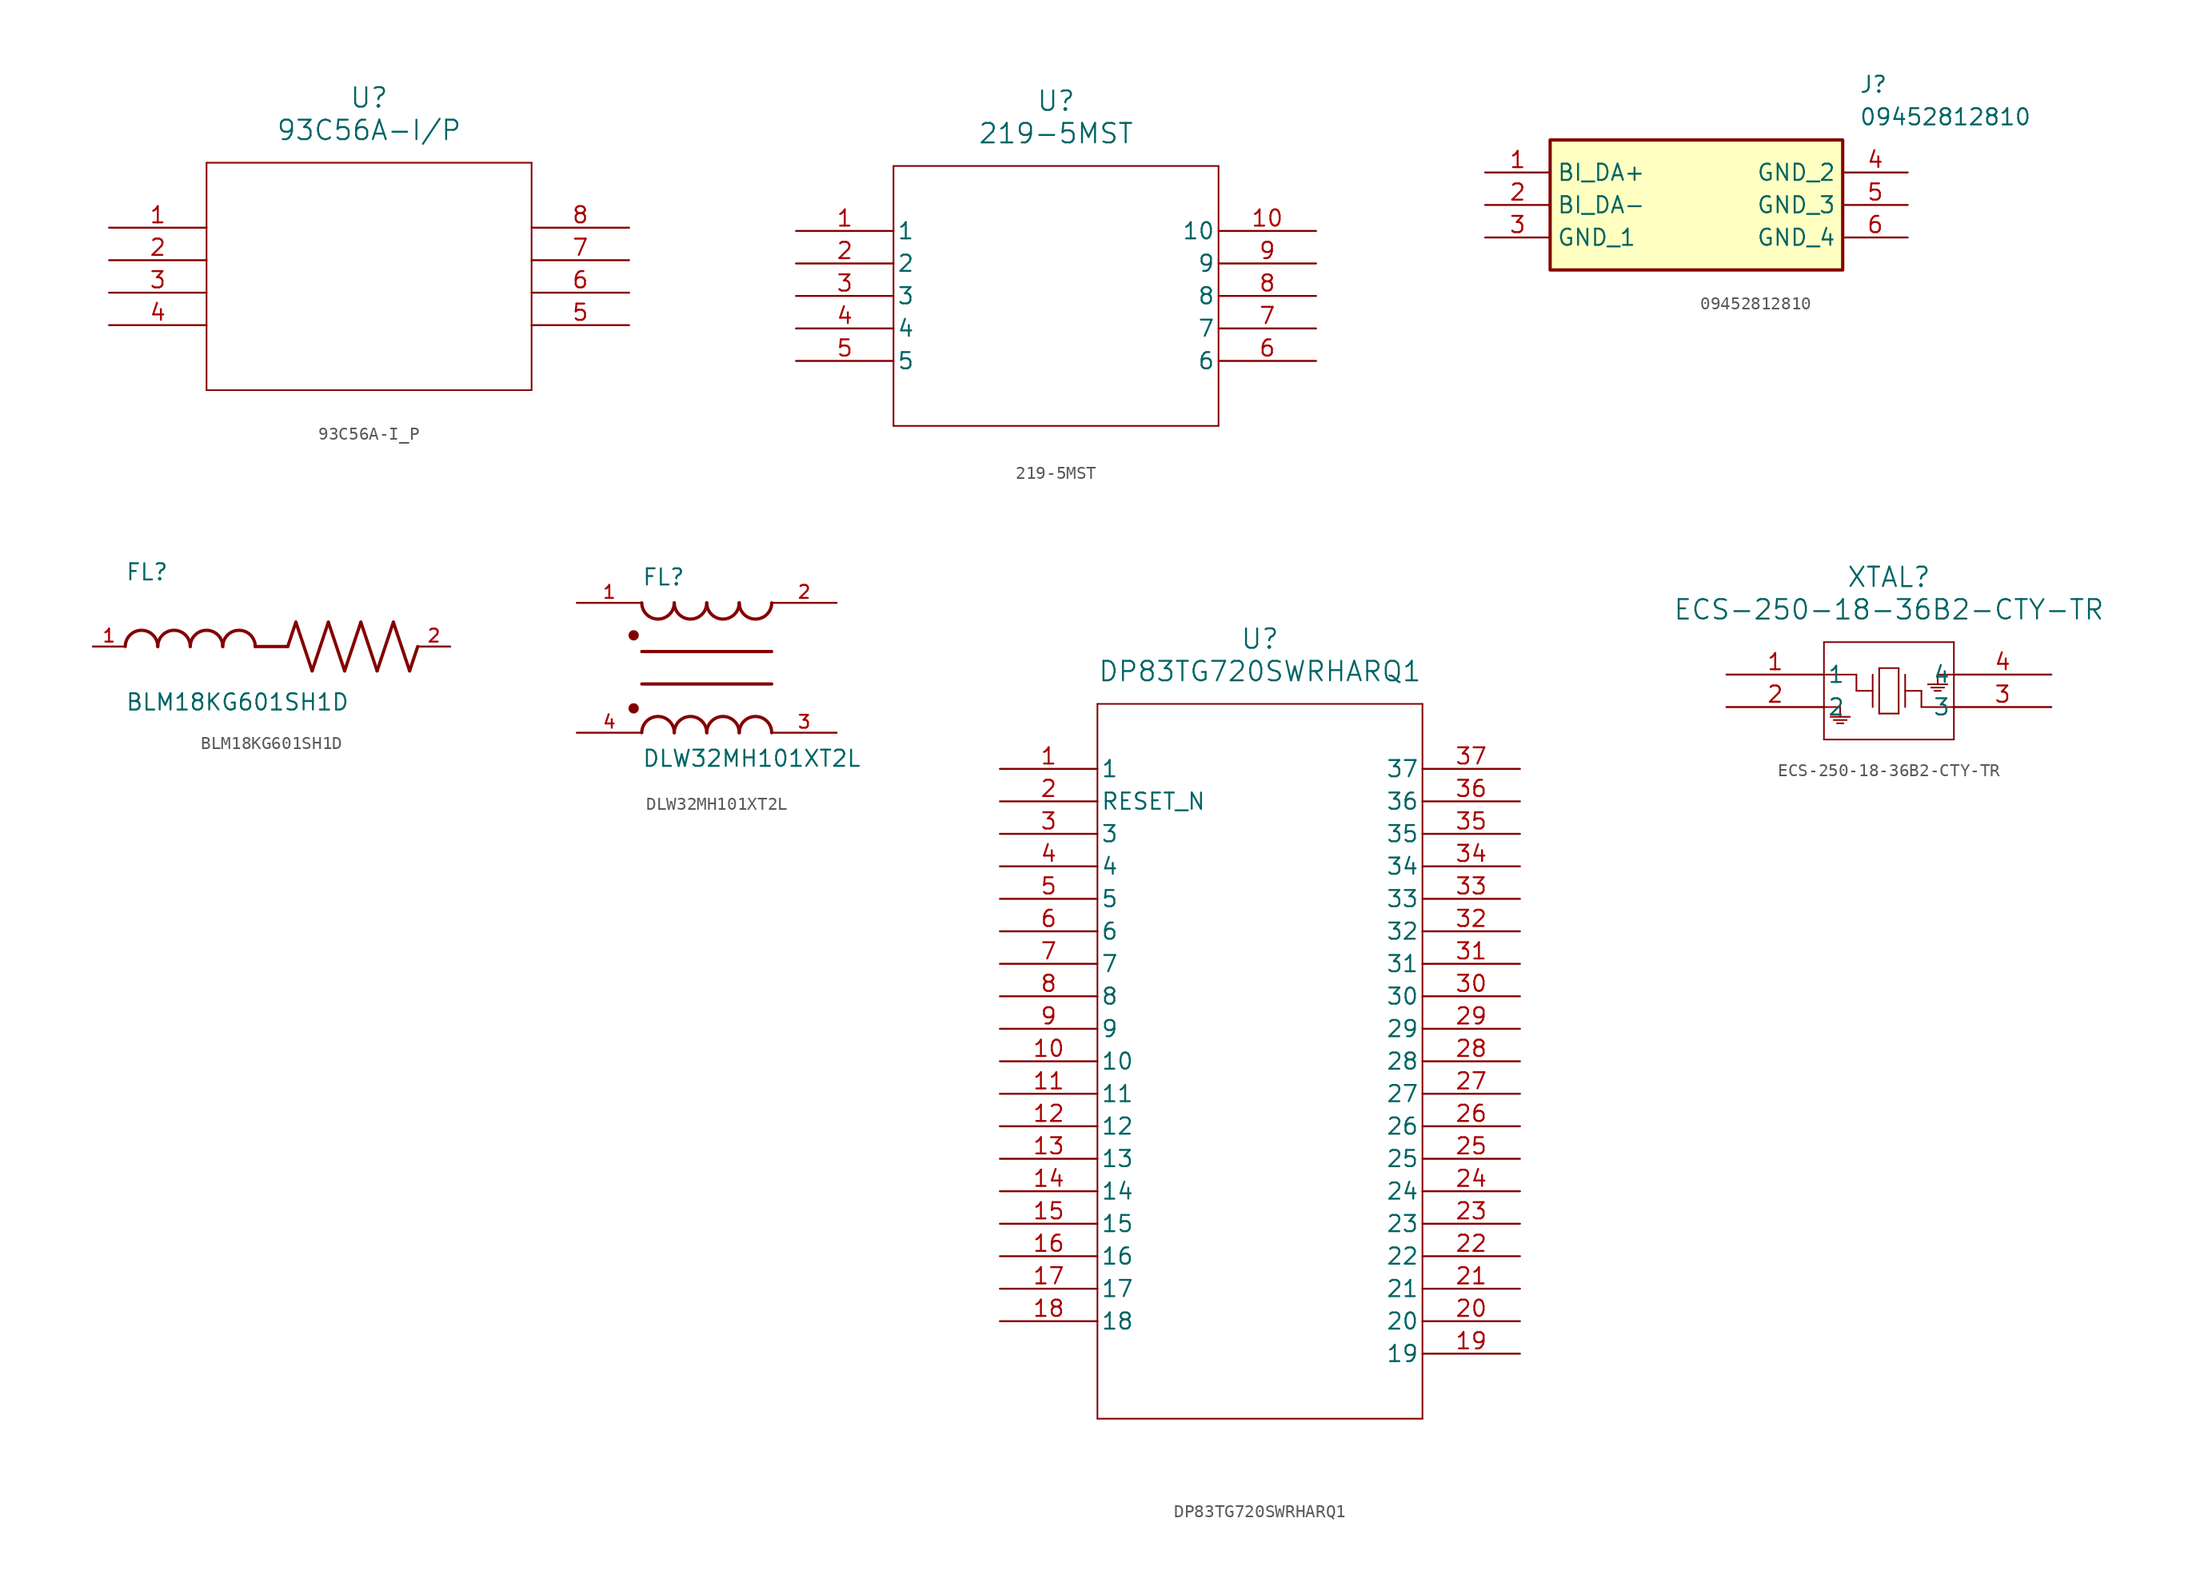
<source format=kicad_sym>
(kicad_symbol_lib
  (version 20231120)
  (generator "kicad_symbol_editor")
  (generator_version "8.0")
  (symbol "93C56A-I_P"
    (pin_names
      (offset 0.254))
    (property "Reference" "U"
      (at 20.32 10.16 0)
      (effects (font (size 1.524 1.524))))
    (property "Value" "93C56A-I/P"
      (at 20.32 7.62 0)
      (effects (font (size 1.524 1.524))))
    (property "ki_locked" ""
      (at 0 0 0)
      (effects (font (size 1.27 1.27))))
    (symbol "93C56A-I_P_0_1"
      (polyline (pts (xy 7.62 -12.7) (xy 33.02 -12.7)) (stroke (width 0.127) (type default)) (fill (type none)))
      (polyline (pts (xy 7.62 5.08) (xy 7.62 -12.7)) (stroke (width 0.127) (type default)) (fill (type none)))
      (polyline (pts (xy 33.02 -12.7) (xy 33.02 5.08)) (stroke (width 0.127) (type default)) (fill (type none)))
      (polyline (pts (xy 33.02 5.08) (xy 7.62 5.08)) (stroke (width 0.127) (type default)) (fill (type none)))
      (pin unspecified line (at 0 0 0) (length 7.62) (name "" (effects (font (size 1.27 1.27)))) (number "1" (effects (font (size 1.27 1.27)))))
      (pin unspecified line (at 0 -2.54 0) (length 7.62) (name "" (effects (font (size 1.27 1.27)))) (number "2" (effects (font (size 1.27 1.27)))))
      (pin unspecified line (at 0 -5.08 0) (length 7.62) (name "" (effects (font (size 1.27 1.27)))) (number "3" (effects (font (size 1.27 1.27)))))
      (pin unspecified line (at 0 -7.62 0) (length 7.62) (name "" (effects (font (size 1.27 1.27)))) (number "4" (effects (font (size 1.27 1.27)))))
      (pin unspecified line (at 40.64 -7.62 180) (length 7.62) (name "" (effects (font (size 1.27 1.27)))) (number "5" (effects (font (size 1.27 1.27)))))
      (pin unspecified line (at 40.64 -5.08 180) (length 7.62) (name "" (effects (font (size 1.27 1.27)))) (number "6" (effects (font (size 1.27 1.27)))))
      (pin unspecified line (at 40.64 -2.54 180) (length 7.62) (name "" (effects (font (size 1.27 1.27)))) (number "7" (effects (font (size 1.27 1.27)))))
      (pin unspecified line (at 40.64 0 180) (length 7.62) (name "" (effects (font (size 1.27 1.27)))) (number "8" (effects (font (size 1.27 1.27)))))))
  (symbol "219-5MST"
    (pin_names
      (offset 0.254))
    (property "Reference" "U"
      (at 20.32 10.16 0)
      (effects (font (size 1.524 1.524))))
    (property "Value" "219-5MST"
      (at 20.32 7.62 0)
      (effects (font (size 1.524 1.524))))
    (property "ki_locked" ""
      (at 0 0 0)
      (effects (font (size 1.27 1.27))))
    (symbol "219-5MST_0_1"
      (polyline (pts (xy 7.62 -15.24) (xy 33.02 -15.24)) (stroke (width 0.127) (type default)) (fill (type none)))
      (polyline (pts (xy 7.62 5.08) (xy 7.62 -15.24)) (stroke (width 0.127) (type default)) (fill (type none)))
      (polyline (pts (xy 33.02 -15.24) (xy 33.02 5.08)) (stroke (width 0.127) (type default)) (fill (type none)))
      (polyline (pts (xy 33.02 5.08) (xy 7.62 5.08)) (stroke (width 0.127) (type default)) (fill (type none)))
      (pin unspecified line (at 0 0 0) (length 7.62) (name "1" (effects (font (size 1.27 1.27)))) (number "1" (effects (font (size 1.27 1.27)))))
      (pin unspecified line (at 40.64 0 180) (length 7.62) (name "10" (effects (font (size 1.27 1.27)))) (number "10" (effects (font (size 1.27 1.27)))))
      (pin unspecified line (at 0 -2.54 0) (length 7.62) (name "2" (effects (font (size 1.27 1.27)))) (number "2" (effects (font (size 1.27 1.27)))))
      (pin unspecified line (at 0 -5.08 0) (length 7.62) (name "3" (effects (font (size 1.27 1.27)))) (number "3" (effects (font (size 1.27 1.27)))))
      (pin unspecified line (at 0 -7.62 0) (length 7.62) (name "4" (effects (font (size 1.27 1.27)))) (number "4" (effects (font (size 1.27 1.27)))))
      (pin unspecified line (at 0 -10.16 0) (length 7.62) (name "5" (effects (font (size 1.27 1.27)))) (number "5" (effects (font (size 1.27 1.27)))))
      (pin unspecified line (at 40.64 -10.16 180) (length 7.62) (name "6" (effects (font (size 1.27 1.27)))) (number "6" (effects (font (size 1.27 1.27)))))
      (pin unspecified line (at 40.64 -7.62 180) (length 7.62) (name "7" (effects (font (size 1.27 1.27)))) (number "7" (effects (font (size 1.27 1.27)))))
      (pin unspecified line (at 40.64 -5.08 180) (length 7.62) (name "8" (effects (font (size 1.27 1.27)))) (number "8" (effects (font (size 1.27 1.27)))))
      (pin unspecified line (at 40.64 -2.54 180) (length 7.62) (name "9" (effects (font (size 1.27 1.27)))) (number "9" (effects (font (size 1.27 1.27)))))))
  (symbol "09452812810"
    (property "Reference" "J"
      (at 29.21 7.62 0)
      (effects (font (size 1.27 1.27)) (justify left top)))
    (property "Value" "09452812810"
      (at 29.21 5.08 0)
      (effects (font (size 1.27 1.27)) (justify left top)))
    (symbol "09452812810_1_1"
      (rectangle (start 5.08 2.54) (end 27.94 -7.62) (stroke (width 0.254) (type default)) (fill (type background)))
      (pin passive line (at 0 0 0) (length 5.08) (name "BI_DA+" (effects (font (size 1.27 1.27)))) (number "1" (effects (font (size 1.27 1.27)))))
      (pin passive line (at 0 -2.54 0) (length 5.08) (name "BI_DA-" (effects (font (size 1.27 1.27)))) (number "2" (effects (font (size 1.27 1.27)))))
      (pin passive line (at 0 -5.08 0) (length 5.08) (name "GND_1" (effects (font (size 1.27 1.27)))) (number "3" (effects (font (size 1.27 1.27)))))
      (pin passive line (at 33.02 0 180) (length 5.08) (name "GND_2" (effects (font (size 1.27 1.27)))) (number "4" (effects (font (size 1.27 1.27)))))
      (pin passive line (at 33.02 -2.54 180) (length 5.08) (name "GND_3" (effects (font (size 1.27 1.27)))) (number "5" (effects (font (size 1.27 1.27)))))
      (pin passive line (at 33.02 -5.08 180) (length 5.08) (name "GND_4" (effects (font (size 1.27 1.27)))) (number "6" (effects (font (size 1.27 1.27)))))))
  (symbol "BLM18KG601SH1D"
    (pin_names
      (offset 1.016))
    (property "Reference" "FL"
      (at -12.704 5.082 0)
      (effects (font (size 1.27 1.27)) (justify left bottom)))
    (property "Value" "BLM18KG601SH1D"
      (at -12.71 -5.087 0)
      (effects (font (size 1.27 1.27)) (justify left bottom)))
    (symbol "BLM18KG601SH1D_0_0"
      (arc (start -10.16 0) (mid -11.43 1.2645) (end -12.7 0) (stroke (width 0.254) (type default)) (fill (type none)))
      (arc (start -7.62 0) (mid -8.89 1.2645) (end -10.16 0) (stroke (width 0.254) (type default)) (fill (type none)))
      (arc (start -5.08 0) (mid -6.35 1.2645) (end -7.62 0) (stroke (width 0.254) (type default)) (fill (type none)))
      (arc (start -2.54 0) (mid -3.81 1.2645) (end -5.08 0) (stroke (width 0.254) (type default)) (fill (type none)))
      (polyline (pts (xy 0 0) (xy -2.54 0)) (stroke (width 0.254) (type default)) (fill (type none)))
      (polyline (pts (xy 0 0) (xy 0.635 1.905)) (stroke (width 0.254) (type default)) (fill (type none)))
      (polyline (pts (xy 0.635 1.905) (xy 1.905 -1.905)) (stroke (width 0.254) (type default)) (fill (type none)))
      (polyline (pts (xy 1.905 -1.905) (xy 3.175 1.905)) (stroke (width 0.254) (type default)) (fill (type none)))
      (polyline (pts (xy 3.175 1.905) (xy 4.445 -1.905)) (stroke (width 0.254) (type default)) (fill (type none)))
      (polyline (pts (xy 4.445 -1.905) (xy 5.715 1.905)) (stroke (width 0.254) (type default)) (fill (type none)))
      (polyline (pts (xy 5.715 1.905) (xy 6.985 -1.905)) (stroke (width 0.254) (type default)) (fill (type none)))
      (polyline (pts (xy 6.985 -1.905) (xy 8.255 1.905)) (stroke (width 0.254) (type default)) (fill (type none)))
      (polyline (pts (xy 8.255 1.905) (xy 9.525 -1.905)) (stroke (width 0.254) (type default)) (fill (type none)))
      (polyline (pts (xy 9.525 -1.905) (xy 10.16 0)) (stroke (width 0.254) (type default)) (fill (type none)))
      (pin passive line (at -15.24 0 0) (length 2.54) (name "~" (effects (font (size 1.016 1.016)))) (number "1" (effects (font (size 1.016 1.016)))))
      (pin passive line (at 12.7 0 180) (length 2.54) (name "~" (effects (font (size 1.016 1.016)))) (number "2" (effects (font (size 1.016 1.016)))))))
  (symbol "DLW32MH101XT2L"
    (pin_names
      (offset 1.016))
    (property "Reference" "FL"
      (at -5.08 6.35 0)
      (effects (font (size 1.27 1.27)) (justify left bottom)))
    (property "Value" "DLW32MH101XT2L"
      (at -5.08 -6.35 0)
      (effects (font (size 1.27 1.27)) (justify left top)))
    (symbol "DLW32MH101XT2L_0_0"
      (circle (center -5.715 -3.175) (radius 0.203) (stroke (width 0.406) (type default)) (fill (type none)))
      (circle (center -5.715 2.54) (radius 0.203) (stroke (width 0.406) (type default)) (fill (type none)))
      (arc (start -5.08 5.08) (mid -3.81 3.8155) (end -2.54 5.08) (stroke (width 0.254) (type default)) (fill (type none)))
      (arc (start -2.54 -5.08) (mid -3.81 -3.8155) (end -5.08 -5.08) (stroke (width 0.254) (type default)) (fill (type none)))
      (arc (start -2.54 5.08) (mid -1.27 3.8155) (end 0 5.08) (stroke (width 0.254) (type default)) (fill (type none)))
      (arc (start 0 -5.08) (mid -1.27 -3.8155) (end -2.54 -5.08) (stroke (width 0.254) (type default)) (fill (type none)))
      (polyline (pts (xy -5.08 -1.27) (xy 5.08 -1.27)) (stroke (width 0.254) (type default)) (fill (type none)))
      (polyline (pts (xy 5.08 1.27) (xy -5.08 1.27)) (stroke (width 0.254) (type default)) (fill (type none)))
      (arc (start 0 5.08) (mid 1.27 3.8155) (end 2.54 5.08) (stroke (width 0.254) (type default)) (fill (type none)))
      (arc (start 2.54 -5.08) (mid 1.27 -3.8155) (end 0 -5.08) (stroke (width 0.254) (type default)) (fill (type none)))
      (arc (start 2.54 5.08) (mid 3.81 3.8155) (end 5.08 5.08) (stroke (width 0.254) (type default)) (fill (type none)))
      (arc (start 5.08 -5.08) (mid 3.81 -3.8155) (end 2.54 -5.08) (stroke (width 0.254) (type default)) (fill (type none)))
      (pin passive line (at -10.16 5.08 0) (length 5.08) (name "~" (effects (font (size 1.016 1.016)))) (number "1" (effects (font (size 1.016 1.016)))))
      (pin passive line (at 10.16 5.08 180) (length 5.08) (name "~" (effects (font (size 1.016 1.016)))) (number "2" (effects (font (size 1.016 1.016)))))
      (pin passive line (at 10.16 -5.08 180) (length 5.08) (name "~" (effects (font (size 1.016 1.016)))) (number "3" (effects (font (size 1.016 1.016)))))
      (pin passive line (at -10.16 -5.08 0) (length 5.08) (name "~" (effects (font (size 1.016 1.016)))) (number "4" (effects (font (size 1.016 1.016)))))))
  (symbol "DP83TG720SWRHARQ1"
    (pin_names
      (offset 0.254))
    (property "Reference" "U"
      (at 20.32 10.16 0)
      (effects (font (size 1.524 1.524))))
    (property "Value" "DP83TG720SWRHARQ1"
      (at 20.32 7.62 0)
      (effects (font (size 1.524 1.524))))
    (property "ki_locked" ""
      (at 0 0 0)
      (effects (font (size 1.27 1.27))))
    (symbol "DP83TG720SWRHARQ1_0_1"
      (polyline (pts (xy 7.62 -50.8) (xy 33.02 -50.8)) (stroke (width 0.127) (type default)) (fill (type none)))
      (polyline (pts (xy 7.62 5.08) (xy 7.62 -50.8)) (stroke (width 0.127) (type default)) (fill (type none)))
      (polyline (pts (xy 33.02 -50.8) (xy 33.02 5.08)) (stroke (width 0.127) (type default)) (fill (type none)))
      (polyline (pts (xy 33.02 5.08) (xy 7.62 5.08)) (stroke (width 0.127) (type default)) (fill (type none)))
      (pin unspecified line (at 0 0 0) (length 7.62) (name "1" (effects (font (size 1.27 1.27)))) (number "1" (effects (font (size 1.27 1.27)))))
      (pin unspecified line (at 0 -22.86 0) (length 7.62) (name "10" (effects (font (size 1.27 1.27)))) (number "10" (effects (font (size 1.27 1.27)))))
      (pin unspecified line (at 0 -25.4 0) (length 7.62) (name "11" (effects (font (size 1.27 1.27)))) (number "11" (effects (font (size 1.27 1.27)))))
      (pin unspecified line (at 0 -27.94 0) (length 7.62) (name "12" (effects (font (size 1.27 1.27)))) (number "12" (effects (font (size 1.27 1.27)))))
      (pin unspecified line (at 0 -30.48 0) (length 7.62) (name "13" (effects (font (size 1.27 1.27)))) (number "13" (effects (font (size 1.27 1.27)))))
      (pin unspecified line (at 0 -33.02 0) (length 7.62) (name "14" (effects (font (size 1.27 1.27)))) (number "14" (effects (font (size 1.27 1.27)))))
      (pin unspecified line (at 0 -35.56 0) (length 7.62) (name "15" (effects (font (size 1.27 1.27)))) (number "15" (effects (font (size 1.27 1.27)))))
      (pin unspecified line (at 0 -38.1 0) (length 7.62) (name "16" (effects (font (size 1.27 1.27)))) (number "16" (effects (font (size 1.27 1.27)))))
      (pin unspecified line (at 0 -40.64 0) (length 7.62) (name "17" (effects (font (size 1.27 1.27)))) (number "17" (effects (font (size 1.27 1.27)))))
      (pin unspecified line (at 0 -43.18 0) (length 7.62) (name "18" (effects (font (size 1.27 1.27)))) (number "18" (effects (font (size 1.27 1.27)))))
      (pin unspecified line (at 40.64 -45.72 180) (length 7.62) (name "19" (effects (font (size 1.27 1.27)))) (number "19" (effects (font (size 1.27 1.27)))))
      (pin unspecified line (at 40.64 -43.18 180) (length 7.62) (name "20" (effects (font (size 1.27 1.27)))) (number "20" (effects (font (size 1.27 1.27)))))
      (pin unspecified line (at 40.64 -40.64 180) (length 7.62) (name "21" (effects (font (size 1.27 1.27)))) (number "21" (effects (font (size 1.27 1.27)))))
      (pin unspecified line (at 40.64 -38.1 180) (length 7.62) (name "22" (effects (font (size 1.27 1.27)))) (number "22" (effects (font (size 1.27 1.27)))))
      (pin unspecified line (at 40.64 -35.56 180) (length 7.62) (name "23" (effects (font (size 1.27 1.27)))) (number "23" (effects (font (size 1.27 1.27)))))
      (pin unspecified line (at 40.64 -33.02 180) (length 7.62) (name "24" (effects (font (size 1.27 1.27)))) (number "24" (effects (font (size 1.27 1.27)))))
      (pin unspecified line (at 40.64 -30.48 180) (length 7.62) (name "25" (effects (font (size 1.27 1.27)))) (number "25" (effects (font (size 1.27 1.27)))))
      (pin unspecified line (at 40.64 -27.94 180) (length 7.62) (name "26" (effects (font (size 1.27 1.27)))) (number "26" (effects (font (size 1.27 1.27)))))
      (pin unspecified line (at 40.64 -25.4 180) (length 7.62) (name "27" (effects (font (size 1.27 1.27)))) (number "27" (effects (font (size 1.27 1.27)))))
      (pin unspecified line (at 40.64 -22.86 180) (length 7.62) (name "28" (effects (font (size 1.27 1.27)))) (number "28" (effects (font (size 1.27 1.27)))))
      (pin unspecified line (at 40.64 -20.32 180) (length 7.62) (name "29" (effects (font (size 1.27 1.27)))) (number "29" (effects (font (size 1.27 1.27)))))
      (pin unspecified line (at 0 -5.08 0) (length 7.62) (name "3" (effects (font (size 1.27 1.27)))) (number "3" (effects (font (size 1.27 1.27)))))
      (pin unspecified line (at 40.64 -17.78 180) (length 7.62) (name "30" (effects (font (size 1.27 1.27)))) (number "30" (effects (font (size 1.27 1.27)))))
      (pin unspecified line (at 40.64 -15.24 180) (length 7.62) (name "31" (effects (font (size 1.27 1.27)))) (number "31" (effects (font (size 1.27 1.27)))))
      (pin unspecified line (at 40.64 -12.7 180) (length 7.62) (name "32" (effects (font (size 1.27 1.27)))) (number "32" (effects (font (size 1.27 1.27)))))
      (pin unspecified line (at 40.64 -10.16 180) (length 7.62) (name "33" (effects (font (size 1.27 1.27)))) (number "33" (effects (font (size 1.27 1.27)))))
      (pin unspecified line (at 40.64 -7.62 180) (length 7.62) (name "34" (effects (font (size 1.27 1.27)))) (number "34" (effects (font (size 1.27 1.27)))))
      (pin unspecified line (at 40.64 -5.08 180) (length 7.62) (name "35" (effects (font (size 1.27 1.27)))) (number "35" (effects (font (size 1.27 1.27)))))
      (pin unspecified line (at 40.64 -2.54 180) (length 7.62) (name "36" (effects (font (size 1.27 1.27)))) (number "36" (effects (font (size 1.27 1.27)))))
      (pin unspecified line (at 40.64 0 180) (length 7.62) (name "37" (effects (font (size 1.27 1.27)))) (number "37" (effects (font (size 1.27 1.27)))))
      (pin unspecified line (at 0 -7.62 0) (length 7.62) (name "4" (effects (font (size 1.27 1.27)))) (number "4" (effects (font (size 1.27 1.27)))))
      (pin unspecified line (at 0 -10.16 0) (length 7.62) (name "5" (effects (font (size 1.27 1.27)))) (number "5" (effects (font (size 1.27 1.27)))))
      (pin unspecified line (at 0 -12.7 0) (length 7.62) (name "6" (effects (font (size 1.27 1.27)))) (number "6" (effects (font (size 1.27 1.27)))))
      (pin unspecified line (at 0 -15.24 0) (length 7.62) (name "7" (effects (font (size 1.27 1.27)))) (number "7" (effects (font (size 1.27 1.27)))))
      (pin unspecified line (at 0 -17.78 0) (length 7.62) (name "8" (effects (font (size 1.27 1.27)))) (number "8" (effects (font (size 1.27 1.27)))))
      (pin unspecified line (at 0 -20.32 0) (length 7.62) (name "9" (effects (font (size 1.27 1.27)))) (number "9" (effects (font (size 1.27 1.27))))))
    (symbol "DP83TG720SWRHARQ1_1_1"
      (pin unspecified line (at 0 -2.54 0) (length 7.62) (name "RESET_N" (effects (font (size 1.27 1.27)))) (number "2" (effects (font (size 1.27 1.27)))))))
  (symbol "ECS-250-18-36B2-CTY-TR"
    (pin_names
      (offset 0.254))
    (property "Reference" "XTAL"
      (at 12.7 7.62 0)
      (effects (font (size 1.524 1.524))))
    (property "Value" "ECS-250-18-36B2-CTY-TR"
      (at 12.7 5.08 0)
      (effects (font (size 1.524 1.524))))
    (property "ki_locked" ""
      (at 0 0 0)
      (effects (font (size 1.27 1.27))))
    (symbol "ECS-250-18-36B2-CTY-TR_0_1"
      (polyline (pts (xy 7.62 -5.08) (xy 17.78 -5.08)) (stroke (width 0.127) (type default)) (fill (type none)))
      (polyline (pts (xy 7.62 -2.54) (xy 8.89 -2.54)) (stroke (width 0.127) (type default)) (fill (type none)))
      (polyline (pts (xy 7.62 2.54) (xy 7.62 -5.08)) (stroke (width 0.127) (type default)) (fill (type none)))
      (polyline (pts (xy 8.128 -3.302) (xy 9.652 -3.302)) (stroke (width 0.127) (type default)) (fill (type none)))
      (polyline (pts (xy 8.382 -3.556) (xy 9.398 -3.556)) (stroke (width 0.127) (type default)) (fill (type none)))
      (polyline (pts (xy 8.636 -3.81) (xy 9.144 -3.81)) (stroke (width 0.127) (type default)) (fill (type none)))
      (polyline (pts (xy 8.89 -2.54) (xy 8.89 -3.302)) (stroke (width 0.127) (type default)) (fill (type none)))
      (polyline (pts (xy 10.16 -1.27) (xy 10.16 0)) (stroke (width 0.127) (type default)) (fill (type none)))
      (polyline (pts (xy 10.16 0) (xy 7.62 0)) (stroke (width 0.127) (type default)) (fill (type none)))
      (polyline (pts (xy 11.43 -1.27) (xy 10.16 -1.27)) (stroke (width 0.127) (type default)) (fill (type none)))
      (polyline (pts (xy 11.43 0) (xy 11.43 -2.54)) (stroke (width 0.127) (type default)) (fill (type none)))
      (polyline (pts (xy 11.938 -3.048) (xy 13.462 -3.048)) (stroke (width 0.127) (type default)) (fill (type none)))
      (polyline (pts (xy 11.938 0.508) (xy 11.938 -3.048)) (stroke (width 0.127) (type default)) (fill (type none)))
      (polyline (pts (xy 13.462 -3.048) (xy 13.462 0.508)) (stroke (width 0.127) (type default)) (fill (type none)))
      (polyline (pts (xy 13.462 0.508) (xy 11.938 0.508)) (stroke (width 0.127) (type default)) (fill (type none)))
      (polyline (pts (xy 13.97 -1.27) (xy 15.24 -1.27)) (stroke (width 0.127) (type default)) (fill (type none)))
      (polyline (pts (xy 13.97 0) (xy 13.97 -2.54)) (stroke (width 0.127) (type default)) (fill (type none)))
      (polyline (pts (xy 15.24 -2.54) (xy 17.78 -2.54)) (stroke (width 0.127) (type default)) (fill (type none)))
      (polyline (pts (xy 15.24 -1.27) (xy 15.24 -2.54)) (stroke (width 0.127) (type default)) (fill (type none)))
      (polyline (pts (xy 16.51 0) (xy 16.51 -0.762)) (stroke (width 0.127) (type default)) (fill (type none)))
      (polyline (pts (xy 16.764 -1.27) (xy 16.256 -1.27)) (stroke (width 0.127) (type default)) (fill (type none)))
      (polyline (pts (xy 17.018 -1.016) (xy 16.002 -1.016)) (stroke (width 0.127) (type default)) (fill (type none)))
      (polyline (pts (xy 17.272 -0.762) (xy 15.748 -0.762)) (stroke (width 0.127) (type default)) (fill (type none)))
      (polyline (pts (xy 17.78 -5.08) (xy 17.78 2.54)) (stroke (width 0.127) (type default)) (fill (type none)))
      (polyline (pts (xy 17.78 0) (xy 16.51 0)) (stroke (width 0.127) (type default)) (fill (type none)))
      (polyline (pts (xy 17.78 2.54) (xy 7.62 2.54)) (stroke (width 0.127) (type default)) (fill (type none)))
      (pin unspecified line (at 0 0 0) (length 7.62) (name "1" (effects (font (size 1.27 1.27)))) (number "1" (effects (font (size 1.27 1.27)))))
      (pin unspecified line (at 0 -2.54 0) (length 7.62) (name "2" (effects (font (size 1.27 1.27)))) (number "2" (effects (font (size 1.27 1.27)))))
      (pin unspecified line (at 25.4 -2.54 180) (length 7.62) (name "3" (effects (font (size 1.27 1.27)))) (number "3" (effects (font (size 1.27 1.27)))))
      (pin unspecified line (at 25.4 0 180) (length 7.62) (name "4" (effects (font (size 1.27 1.27)))) (number "4" (effects (font (size 1.27 1.27))))))))
</source>
